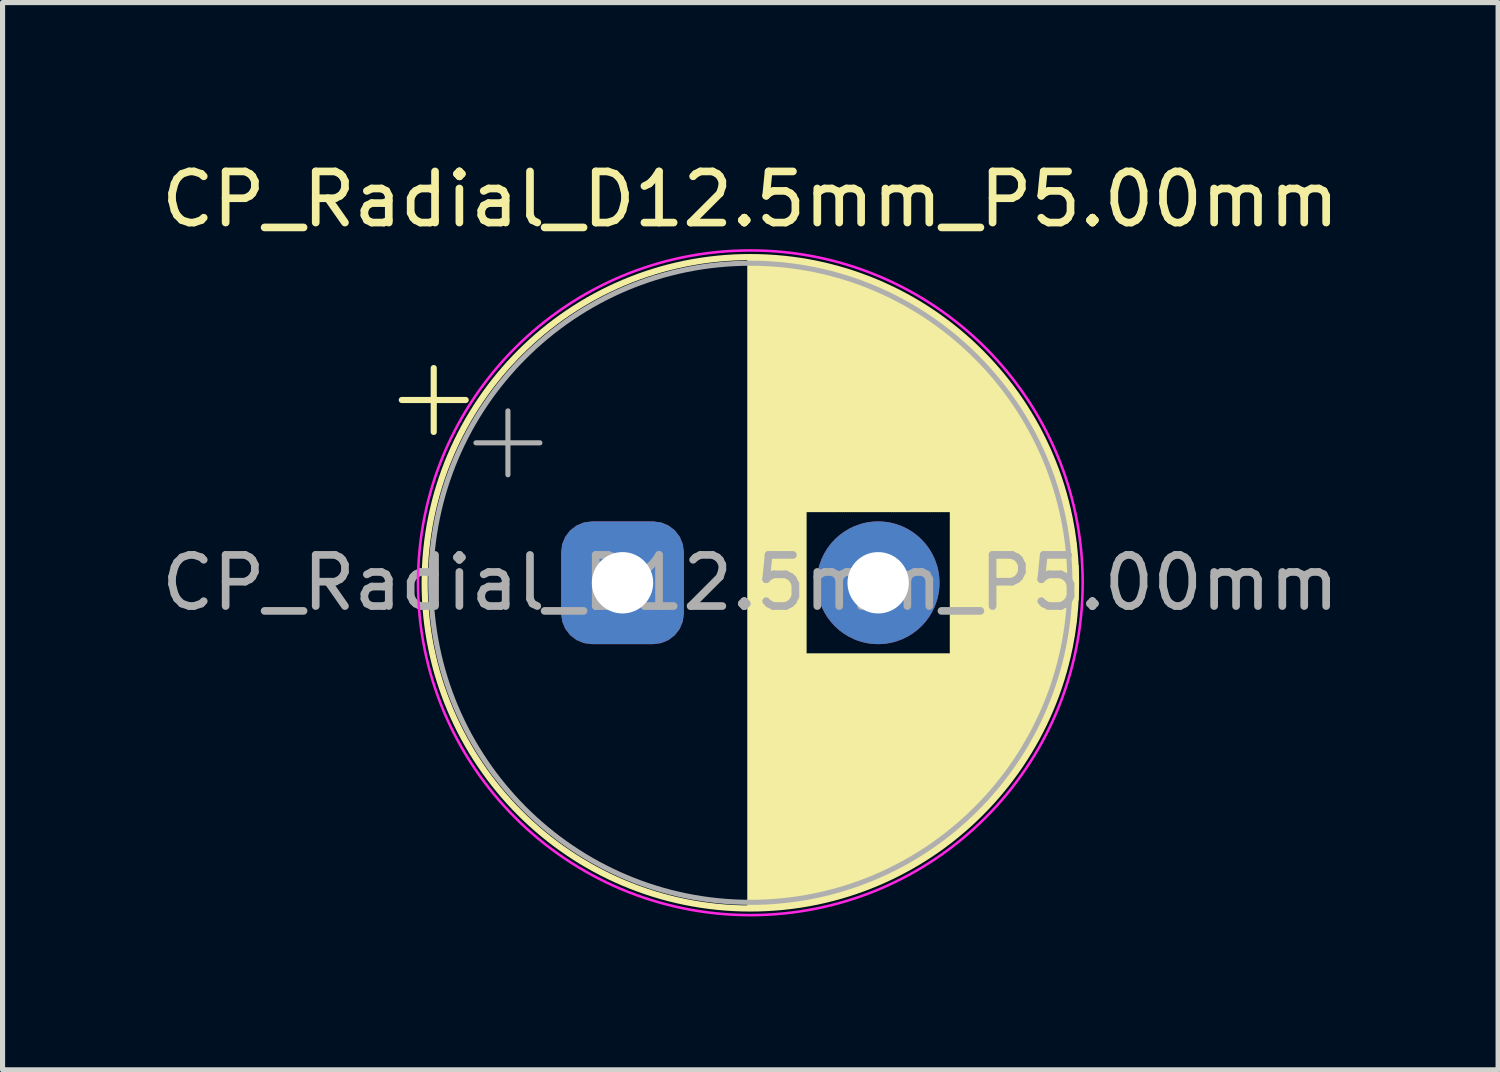
<source format=kicad_pcb>
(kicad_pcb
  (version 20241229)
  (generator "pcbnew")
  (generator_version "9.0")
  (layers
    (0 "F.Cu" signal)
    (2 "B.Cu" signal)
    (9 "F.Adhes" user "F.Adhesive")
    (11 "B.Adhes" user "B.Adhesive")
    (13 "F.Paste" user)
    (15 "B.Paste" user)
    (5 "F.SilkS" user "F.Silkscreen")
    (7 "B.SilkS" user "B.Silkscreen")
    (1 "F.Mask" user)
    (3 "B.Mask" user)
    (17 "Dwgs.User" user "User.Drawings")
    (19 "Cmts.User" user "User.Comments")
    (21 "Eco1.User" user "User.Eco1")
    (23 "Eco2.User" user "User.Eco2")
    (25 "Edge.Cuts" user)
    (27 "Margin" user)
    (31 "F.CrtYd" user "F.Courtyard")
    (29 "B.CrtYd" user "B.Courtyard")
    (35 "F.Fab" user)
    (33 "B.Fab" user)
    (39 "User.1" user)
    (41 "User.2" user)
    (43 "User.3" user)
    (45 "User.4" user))
  (footprint "CP_Radial_D12.5mm_P5.00mm"
    (layer "F.Cu")
    (at 9.125 8.348)
    (property "Reference" "CP_Radial_D12.5mm_P5.00mm" (at 2.5 -7.5 0) (layer "F.SilkS") (effects (font (size 1 1) (thickness 0.15))))
    (attr through_hole)
    (fp_line (start -4.317 -3.575) (end -3.067 -3.575) (stroke (width 0.12) (type solid)) (layer "F.SilkS"))
    (fp_line (start -3.692 -4.2) (end -3.692 -2.95) (stroke (width 0.12) (type solid)) (layer "F.SilkS"))
    (fp_line (start 2.5 -6.33) (end 2.5 6.33) (stroke (width 0.12) (type solid)) (layer "F.SilkS"))
    (fp_line (start 2.54 -6.33) (end 2.54 6.33) (stroke (width 0.12) (type solid)) (layer "F.SilkS"))
    (fp_line (start 2.58 -6.33) (end 2.58 6.33) (stroke (width 0.12) (type solid)) (layer "F.SilkS"))
    (fp_line (start 2.62 -6.329) (end 2.62 6.329) (stroke (width 0.12) (type solid)) (layer "F.SilkS"))
    (fp_line (start 2.66 -6.328) (end 2.66 6.328) (stroke (width 0.12) (type solid)) (layer "F.SilkS"))
    (fp_line (start 2.7 -6.327) (end 2.7 6.327) (stroke (width 0.12) (type solid)) (layer "F.SilkS"))
    (fp_line (start 2.74 -6.326) (end 2.74 6.326) (stroke (width 0.12) (type solid)) (layer "F.SilkS"))
    (fp_line (start 2.78 -6.324) (end 2.78 6.324) (stroke (width 0.12) (type solid)) (layer "F.SilkS"))
    (fp_line (start 2.82 -6.322) (end 2.82 6.322) (stroke (width 0.12) (type solid)) (layer "F.SilkS"))
    (fp_line (start 2.86 -6.32) (end 2.86 6.32) (stroke (width 0.12) (type solid)) (layer "F.SilkS"))
    (fp_line (start 2.9 -6.318) (end 2.9 6.318) (stroke (width 0.12) (type solid)) (layer "F.SilkS"))
    (fp_line (start 2.94 -6.315) (end 2.94 6.315) (stroke (width 0.12) (type solid)) (layer "F.SilkS"))
    (fp_line (start 2.98 -6.312) (end 2.98 6.312) (stroke (width 0.12) (type solid)) (layer "F.SilkS"))
    (fp_line (start 3.02 -6.309) (end 3.02 6.309) (stroke (width 0.12) (type solid)) (layer "F.SilkS"))
    (fp_line (start 3.06 -6.306) (end 3.06 6.306) (stroke (width 0.12) (type solid)) (layer "F.SilkS"))
    (fp_line (start 3.1 -6.302) (end 3.1 6.302) (stroke (width 0.12) (type solid)) (layer "F.SilkS"))
    (fp_line (start 3.14 -6.298) (end 3.14 6.298) (stroke (width 0.12) (type solid)) (layer "F.SilkS"))
    (fp_line (start 3.18 -6.294) (end 3.18 6.294) (stroke (width 0.12) (type solid)) (layer "F.SilkS"))
    (fp_line (start 3.221 -6.29) (end 3.221 6.29) (stroke (width 0.12) (type solid)) (layer "F.SilkS"))
    (fp_line (start 3.261 -6.285) (end 3.261 6.285) (stroke (width 0.12) (type solid)) (layer "F.SilkS"))
    (fp_line (start 3.301 -6.28) (end 3.301 6.28) (stroke (width 0.12) (type solid)) (layer "F.SilkS"))
    (fp_line (start 3.341 -6.275) (end 3.341 6.275) (stroke (width 0.12) (type solid)) (layer "F.SilkS"))
    (fp_line (start 3.381 -6.269) (end 3.381 6.269) (stroke (width 0.12) (type solid)) (layer "F.SilkS"))
    (fp_line (start 3.421 -6.264) (end 3.421 6.264) (stroke (width 0.12) (type solid)) (layer "F.SilkS"))
    (fp_line (start 3.461 -6.258) (end 3.461 6.258) (stroke (width 0.12) (type solid)) (layer "F.SilkS"))
    (fp_line (start 3.501 -6.252) (end 3.501 6.252) (stroke (width 0.12) (type solid)) (layer "F.SilkS"))
    (fp_line (start 3.541 -6.245) (end 3.541 6.245) (stroke (width 0.12) (type solid)) (layer "F.SilkS"))
    (fp_line (start 3.581 -6.238) (end 3.581 -1.44) (stroke (width 0.12) (type solid)) (layer "F.SilkS"))
    (fp_line (start 3.581 1.44) (end 3.581 6.238) (stroke (width 0.12) (type solid)) (layer "F.SilkS"))
    (fp_line (start 3.621 -6.231) (end 3.621 -1.44) (stroke (width 0.12) (type solid)) (layer "F.SilkS"))
    (fp_line (start 3.621 1.44) (end 3.621 6.231) (stroke (width 0.12) (type solid)) (layer "F.SilkS"))
    (fp_line (start 3.661 -6.224) (end 3.661 -1.44) (stroke (width 0.12) (type solid)) (layer "F.SilkS"))
    (fp_line (start 3.661 1.44) (end 3.661 6.224) (stroke (width 0.12) (type solid)) (layer "F.SilkS"))
    (fp_line (start 3.701 -6.216) (end 3.701 -1.44) (stroke (width 0.12) (type solid)) (layer "F.SilkS"))
    (fp_line (start 3.701 1.44) (end 3.701 6.216) (stroke (width 0.12) (type solid)) (layer "F.SilkS"))
    (fp_line (start 3.741 -6.209) (end 3.741 -1.44) (stroke (width 0.12) (type solid)) (layer "F.SilkS"))
    (fp_line (start 3.741 1.44) (end 3.741 6.209) (stroke (width 0.12) (type solid)) (layer "F.SilkS"))
    (fp_line (start 3.781 -6.201) (end 3.781 -1.44) (stroke (width 0.12) (type solid)) (layer "F.SilkS"))
    (fp_line (start 3.781 1.44) (end 3.781 6.201) (stroke (width 0.12) (type solid)) (layer "F.SilkS"))
    (fp_line (start 3.821 -6.192) (end 3.821 -1.44) (stroke (width 0.12) (type solid)) (layer "F.SilkS"))
    (fp_line (start 3.821 1.44) (end 3.821 6.192) (stroke (width 0.12) (type solid)) (layer "F.SilkS"))
    (fp_line (start 3.861 -6.184) (end 3.861 -1.44) (stroke (width 0.12) (type solid)) (layer "F.SilkS"))
    (fp_line (start 3.861 1.44) (end 3.861 6.184) (stroke (width 0.12) (type solid)) (layer "F.SilkS"))
    (fp_line (start 3.901 -6.175) (end 3.901 -1.44) (stroke (width 0.12) (type solid)) (layer "F.SilkS"))
    (fp_line (start 3.901 1.44) (end 3.901 6.175) (stroke (width 0.12) (type solid)) (layer "F.SilkS"))
    (fp_line (start 3.941 -6.166) (end 3.941 -1.44) (stroke (width 0.12) (type solid)) (layer "F.SilkS"))
    (fp_line (start 3.941 1.44) (end 3.941 6.166) (stroke (width 0.12) (type solid)) (layer "F.SilkS"))
    (fp_line (start 3.981 -6.156) (end 3.981 -1.44) (stroke (width 0.12) (type solid)) (layer "F.SilkS"))
    (fp_line (start 3.981 1.44) (end 3.981 6.156) (stroke (width 0.12) (type solid)) (layer "F.SilkS"))
    (fp_line (start 4.021 -6.146) (end 4.021 -1.44) (stroke (width 0.12) (type solid)) (layer "F.SilkS"))
    (fp_line (start 4.021 1.44) (end 4.021 6.146) (stroke (width 0.12) (type solid)) (layer "F.SilkS"))
    (fp_line (start 4.061 -6.137) (end 4.061 -1.44) (stroke (width 0.12) (type solid)) (layer "F.SilkS"))
    (fp_line (start 4.061 1.44) (end 4.061 6.137) (stroke (width 0.12) (type solid)) (layer "F.SilkS"))
    (fp_line (start 4.101 -6.126) (end 4.101 -1.44) (stroke (width 0.12) (type solid)) (layer "F.SilkS"))
    (fp_line (start 4.101 1.44) (end 4.101 6.126) (stroke (width 0.12) (type solid)) (layer "F.SilkS"))
    (fp_line (start 4.141 -6.116) (end 4.141 -1.44) (stroke (width 0.12) (type solid)) (layer "F.SilkS"))
    (fp_line (start 4.141 1.44) (end 4.141 6.116) (stroke (width 0.12) (type solid)) (layer "F.SilkS"))
    (fp_line (start 4.181 -6.105) (end 4.181 -1.44) (stroke (width 0.12) (type solid)) (layer "F.SilkS"))
    (fp_line (start 4.181 1.44) (end 4.181 6.105) (stroke (width 0.12) (type solid)) (layer "F.SilkS"))
    (fp_line (start 4.221 -6.094) (end 4.221 -1.44) (stroke (width 0.12) (type solid)) (layer "F.SilkS"))
    (fp_line (start 4.221 1.44) (end 4.221 6.094) (stroke (width 0.12) (type solid)) (layer "F.SilkS"))
    (fp_line (start 4.261 -6.083) (end 4.261 -1.44) (stroke (width 0.12) (type solid)) (layer "F.SilkS"))
    (fp_line (start 4.261 1.44) (end 4.261 6.083) (stroke (width 0.12) (type solid)) (layer "F.SilkS"))
    (fp_line (start 4.301 -6.071) (end 4.301 -1.44) (stroke (width 0.12) (type solid)) (layer "F.SilkS"))
    (fp_line (start 4.301 1.44) (end 4.301 6.071) (stroke (width 0.12) (type solid)) (layer "F.SilkS"))
    (fp_line (start 4.341 -6.059) (end 4.341 -1.44) (stroke (width 0.12) (type solid)) (layer "F.SilkS"))
    (fp_line (start 4.341 1.44) (end 4.341 6.059) (stroke (width 0.12) (type solid)) (layer "F.SilkS"))
    (fp_line (start 4.381 -6.047) (end 4.381 -1.44) (stroke (width 0.12) (type solid)) (layer "F.SilkS"))
    (fp_line (start 4.381 1.44) (end 4.381 6.047) (stroke (width 0.12) (type solid)) (layer "F.SilkS"))
    (fp_line (start 4.421 -6.034) (end 4.421 -1.44) (stroke (width 0.12) (type solid)) (layer "F.SilkS"))
    (fp_line (start 4.421 1.44) (end 4.421 6.034) (stroke (width 0.12) (type solid)) (layer "F.SilkS"))
    (fp_line (start 4.461 -6.021) (end 4.461 -1.44) (stroke (width 0.12) (type solid)) (layer "F.SilkS"))
    (fp_line (start 4.461 1.44) (end 4.461 6.021) (stroke (width 0.12) (type solid)) (layer "F.SilkS"))
    (fp_line (start 4.501 -6.008) (end 4.501 -1.44) (stroke (width 0.12) (type solid)) (layer "F.SilkS"))
    (fp_line (start 4.501 1.44) (end 4.501 6.008) (stroke (width 0.12) (type solid)) (layer "F.SilkS"))
    (fp_line (start 4.541 -5.995) (end 4.541 -1.44) (stroke (width 0.12) (type solid)) (layer "F.SilkS"))
    (fp_line (start 4.541 1.44) (end 4.541 5.995) (stroke (width 0.12) (type solid)) (layer "F.SilkS"))
    (fp_line (start 4.581 -5.981) (end 4.581 -1.44) (stroke (width 0.12) (type solid)) (layer "F.SilkS"))
    (fp_line (start 4.581 1.44) (end 4.581 5.981) (stroke (width 0.12) (type solid)) (layer "F.SilkS"))
    (fp_line (start 4.621 -5.967) (end 4.621 -1.44) (stroke (width 0.12) (type solid)) (layer "F.SilkS"))
    (fp_line (start 4.621 1.44) (end 4.621 5.967) (stroke (width 0.12) (type solid)) (layer "F.SilkS"))
    (fp_line (start 4.661 -5.953) (end 4.661 -1.44) (stroke (width 0.12) (type solid)) (layer "F.SilkS"))
    (fp_line (start 4.661 1.44) (end 4.661 5.953) (stroke (width 0.12) (type solid)) (layer "F.SilkS"))
    (fp_line (start 4.701 -5.939) (end 4.701 -1.44) (stroke (width 0.12) (type solid)) (layer "F.SilkS"))
    (fp_line (start 4.701 1.44) (end 4.701 5.939) (stroke (width 0.12) (type solid)) (layer "F.SilkS"))
    (fp_line (start 4.741 -5.924) (end 4.741 -1.44) (stroke (width 0.12) (type solid)) (layer "F.SilkS"))
    (fp_line (start 4.741 1.44) (end 4.741 5.924) (stroke (width 0.12) (type solid)) (layer "F.SilkS"))
    (fp_line (start 4.781 -5.908) (end 4.781 -1.44) (stroke (width 0.12) (type solid)) (layer "F.SilkS"))
    (fp_line (start 4.781 1.44) (end 4.781 5.908) (stroke (width 0.12) (type solid)) (layer "F.SilkS"))
    (fp_line (start 4.821 -5.893) (end 4.821 -1.44) (stroke (width 0.12) (type solid)) (layer "F.SilkS"))
    (fp_line (start 4.821 1.44) (end 4.821 5.893) (stroke (width 0.12) (type solid)) (layer "F.SilkS"))
    (fp_line (start 4.861 -5.877) (end 4.861 -1.44) (stroke (width 0.12) (type solid)) (layer "F.SilkS"))
    (fp_line (start 4.861 1.44) (end 4.861 5.877) (stroke (width 0.12) (type solid)) (layer "F.SilkS"))
    (fp_line (start 4.901 -5.861) (end 4.901 -1.44) (stroke (width 0.12) (type solid)) (layer "F.SilkS"))
    (fp_line (start 4.901 1.44) (end 4.901 5.861) (stroke (width 0.12) (type solid)) (layer "F.SilkS"))
    (fp_line (start 4.941 -5.845) (end 4.941 -1.44) (stroke (width 0.12) (type solid)) (layer "F.SilkS"))
    (fp_line (start 4.941 1.44) (end 4.941 5.845) (stroke (width 0.12) (type solid)) (layer "F.SilkS"))
    (fp_line (start 4.981 -5.828) (end 4.981 -1.44) (stroke (width 0.12) (type solid)) (layer "F.SilkS"))
    (fp_line (start 4.981 1.44) (end 4.981 5.828) (stroke (width 0.12) (type solid)) (layer "F.SilkS"))
    (fp_line (start 5.021 -5.811) (end 5.021 -1.44) (stroke (width 0.12) (type solid)) (layer "F.SilkS"))
    (fp_line (start 5.021 1.44) (end 5.021 5.811) (stroke (width 0.12) (type solid)) (layer "F.SilkS"))
    (fp_line (start 5.061 -5.793) (end 5.061 -1.44) (stroke (width 0.12) (type solid)) (layer "F.SilkS"))
    (fp_line (start 5.061 1.44) (end 5.061 5.793) (stroke (width 0.12) (type solid)) (layer "F.SilkS"))
    (fp_line (start 5.101 -5.776) (end 5.101 -1.44) (stroke (width 0.12) (type solid)) (layer "F.SilkS"))
    (fp_line (start 5.101 1.44) (end 5.101 5.776) (stroke (width 0.12) (type solid)) (layer "F.SilkS"))
    (fp_line (start 5.141 -5.758) (end 5.141 -1.44) (stroke (width 0.12) (type solid)) (layer "F.SilkS"))
    (fp_line (start 5.141 1.44) (end 5.141 5.758) (stroke (width 0.12) (type solid)) (layer "F.SilkS"))
    (fp_line (start 5.181 -5.739) (end 5.181 -1.44) (stroke (width 0.12) (type solid)) (layer "F.SilkS"))
    (fp_line (start 5.181 1.44) (end 5.181 5.739) (stroke (width 0.12) (type solid)) (layer "F.SilkS"))
    (fp_line (start 5.221 -5.721) (end 5.221 -1.44) (stroke (width 0.12) (type solid)) (layer "F.SilkS"))
    (fp_line (start 5.221 1.44) (end 5.221 5.721) (stroke (width 0.12) (type solid)) (layer "F.SilkS"))
    (fp_line (start 5.261 -5.702) (end 5.261 -1.44) (stroke (width 0.12) (type solid)) (layer "F.SilkS"))
    (fp_line (start 5.261 1.44) (end 5.261 5.702) (stroke (width 0.12) (type solid)) (layer "F.SilkS"))
    (fp_line (start 5.301 -5.682) (end 5.301 -1.44) (stroke (width 0.12) (type solid)) (layer "F.SilkS"))
    (fp_line (start 5.301 1.44) (end 5.301 5.682) (stroke (width 0.12) (type solid)) (layer "F.SilkS"))
    (fp_line (start 5.341 -5.662) (end 5.341 -1.44) (stroke (width 0.12) (type solid)) (layer "F.SilkS"))
    (fp_line (start 5.341 1.44) (end 5.341 5.662) (stroke (width 0.12) (type solid)) (layer "F.SilkS"))
    (fp_line (start 5.381 -5.642) (end 5.381 -1.44) (stroke (width 0.12) (type solid)) (layer "F.SilkS"))
    (fp_line (start 5.381 1.44) (end 5.381 5.642) (stroke (width 0.12) (type solid)) (layer "F.SilkS"))
    (fp_line (start 5.421 -5.622) (end 5.421 -1.44) (stroke (width 0.12) (type solid)) (layer "F.SilkS"))
    (fp_line (start 5.421 1.44) (end 5.421 5.622) (stroke (width 0.12) (type solid)) (layer "F.SilkS"))
    (fp_line (start 5.461 -5.601) (end 5.461 -1.44) (stroke (width 0.12) (type solid)) (layer "F.SilkS"))
    (fp_line (start 5.461 1.44) (end 5.461 5.601) (stroke (width 0.12) (type solid)) (layer "F.SilkS"))
    (fp_line (start 5.501 -5.58) (end 5.501 -1.44) (stroke (width 0.12) (type solid)) (layer "F.SilkS"))
    (fp_line (start 5.501 1.44) (end 5.501 5.58) (stroke (width 0.12) (type solid)) (layer "F.SilkS"))
    (fp_line (start 5.541 -5.558) (end 5.541 -1.44) (stroke (width 0.12) (type solid)) (layer "F.SilkS"))
    (fp_line (start 5.541 1.44) (end 5.541 5.558) (stroke (width 0.12) (type solid)) (layer "F.SilkS"))
    (fp_line (start 5.581 -5.536) (end 5.581 -1.44) (stroke (width 0.12) (type solid)) (layer "F.SilkS"))
    (fp_line (start 5.581 1.44) (end 5.581 5.536) (stroke (width 0.12) (type solid)) (layer "F.SilkS"))
    (fp_line (start 5.621 -5.514) (end 5.621 -1.44) (stroke (width 0.12) (type solid)) (layer "F.SilkS"))
    (fp_line (start 5.621 1.44) (end 5.621 5.514) (stroke (width 0.12) (type solid)) (layer "F.SilkS"))
    (fp_line (start 5.661 -5.491) (end 5.661 -1.44) (stroke (width 0.12) (type solid)) (layer "F.SilkS"))
    (fp_line (start 5.661 1.44) (end 5.661 5.491) (stroke (width 0.12) (type solid)) (layer "F.SilkS"))
    (fp_line (start 5.701 -5.468) (end 5.701 -1.44) (stroke (width 0.12) (type solid)) (layer "F.SilkS"))
    (fp_line (start 5.701 1.44) (end 5.701 5.468) (stroke (width 0.12) (type solid)) (layer "F.SilkS"))
    (fp_line (start 5.741 -5.445) (end 5.741 -1.44) (stroke (width 0.12) (type solid)) (layer "F.SilkS"))
    (fp_line (start 5.741 1.44) (end 5.741 5.445) (stroke (width 0.12) (type solid)) (layer "F.SilkS"))
    (fp_line (start 5.781 -5.421) (end 5.781 -1.44) (stroke (width 0.12) (type solid)) (layer "F.SilkS"))
    (fp_line (start 5.781 1.44) (end 5.781 5.421) (stroke (width 0.12) (type solid)) (layer "F.SilkS"))
    (fp_line (start 5.821 -5.397) (end 5.821 -1.44) (stroke (width 0.12) (type solid)) (layer "F.SilkS"))
    (fp_line (start 5.821 1.44) (end 5.821 5.397) (stroke (width 0.12) (type solid)) (layer "F.SilkS"))
    (fp_line (start 5.861 -5.372) (end 5.861 -1.44) (stroke (width 0.12) (type solid)) (layer "F.SilkS"))
    (fp_line (start 5.861 1.44) (end 5.861 5.372) (stroke (width 0.12) (type solid)) (layer "F.SilkS"))
    (fp_line (start 5.901 -5.347) (end 5.901 -1.44) (stroke (width 0.12) (type solid)) (layer "F.SilkS"))
    (fp_line (start 5.901 1.44) (end 5.901 5.347) (stroke (width 0.12) (type solid)) (layer "F.SilkS"))
    (fp_line (start 5.941 -5.322) (end 5.941 -1.44) (stroke (width 0.12) (type solid)) (layer "F.SilkS"))
    (fp_line (start 5.941 1.44) (end 5.941 5.322) (stroke (width 0.12) (type solid)) (layer "F.SilkS"))
    (fp_line (start 5.981 -5.296) (end 5.981 -1.44) (stroke (width 0.12) (type solid)) (layer "F.SilkS"))
    (fp_line (start 5.981 1.44) (end 5.981 5.296) (stroke (width 0.12) (type solid)) (layer "F.SilkS"))
    (fp_line (start 6.021 -5.27) (end 6.021 -1.44) (stroke (width 0.12) (type solid)) (layer "F.SilkS"))
    (fp_line (start 6.021 1.44) (end 6.021 5.27) (stroke (width 0.12) (type solid)) (layer "F.SilkS"))
    (fp_line (start 6.061 -5.243) (end 6.061 -1.44) (stroke (width 0.12) (type solid)) (layer "F.SilkS"))
    (fp_line (start 6.061 1.44) (end 6.061 5.243) (stroke (width 0.12) (type solid)) (layer "F.SilkS"))
    (fp_line (start 6.101 -5.216) (end 6.101 -1.44) (stroke (width 0.12) (type solid)) (layer "F.SilkS"))
    (fp_line (start 6.101 1.44) (end 6.101 5.216) (stroke (width 0.12) (type solid)) (layer "F.SilkS"))
    (fp_line (start 6.141 -5.188) (end 6.141 -1.44) (stroke (width 0.12) (type solid)) (layer "F.SilkS"))
    (fp_line (start 6.141 1.44) (end 6.141 5.188) (stroke (width 0.12) (type solid)) (layer "F.SilkS"))
    (fp_line (start 6.181 -5.16) (end 6.181 -1.44) (stroke (width 0.12) (type solid)) (layer "F.SilkS"))
    (fp_line (start 6.181 1.44) (end 6.181 5.16) (stroke (width 0.12) (type solid)) (layer "F.SilkS"))
    (fp_line (start 6.221 -5.131) (end 6.221 -1.44) (stroke (width 0.12) (type solid)) (layer "F.SilkS"))
    (fp_line (start 6.221 1.44) (end 6.221 5.131) (stroke (width 0.12) (type solid)) (layer "F.SilkS"))
    (fp_line (start 6.261 -5.102) (end 6.261 -1.44) (stroke (width 0.12) (type solid)) (layer "F.SilkS"))
    (fp_line (start 6.261 1.44) (end 6.261 5.102) (stroke (width 0.12) (type solid)) (layer "F.SilkS"))
    (fp_line (start 6.301 -5.073) (end 6.301 -1.44) (stroke (width 0.12) (type solid)) (layer "F.SilkS"))
    (fp_line (start 6.301 1.44) (end 6.301 5.073) (stroke (width 0.12) (type solid)) (layer "F.SilkS"))
    (fp_line (start 6.341 -5.043) (end 6.341 -1.44) (stroke (width 0.12) (type solid)) (layer "F.SilkS"))
    (fp_line (start 6.341 1.44) (end 6.341 5.043) (stroke (width 0.12) (type solid)) (layer "F.SilkS"))
    (fp_line (start 6.381 -5.012) (end 6.381 -1.44) (stroke (width 0.12) (type solid)) (layer "F.SilkS"))
    (fp_line (start 6.381 1.44) (end 6.381 5.012) (stroke (width 0.12) (type solid)) (layer "F.SilkS"))
    (fp_line (start 6.421 -4.982) (end 6.421 -1.44) (stroke (width 0.12) (type solid)) (layer "F.SilkS"))
    (fp_line (start 6.421 1.44) (end 6.421 4.982) (stroke (width 0.12) (type solid)) (layer "F.SilkS"))
    (fp_line (start 6.461 -4.95) (end 6.461 4.95) (stroke (width 0.12) (type solid)) (layer "F.SilkS"))
    (fp_line (start 6.501 -4.918) (end 6.501 4.918) (stroke (width 0.12) (type solid)) (layer "F.SilkS"))
    (fp_line (start 6.541 -4.885) (end 6.541 4.885) (stroke (width 0.12) (type solid)) (layer "F.SilkS"))
    (fp_line (start 6.581 -4.852) (end 6.581 4.852) (stroke (width 0.12) (type solid)) (layer "F.SilkS"))
    (fp_line (start 6.621 -4.819) (end 6.621 4.819) (stroke (width 0.12) (type solid)) (layer "F.SilkS"))
    (fp_line (start 6.661 -4.785) (end 6.661 4.785) (stroke (width 0.12) (type solid)) (layer "F.SilkS"))
    (fp_line (start 6.701 -4.75) (end 6.701 4.75) (stroke (width 0.12) (type solid)) (layer "F.SilkS"))
    (fp_line (start 6.741 -4.714) (end 6.741 4.714) (stroke (width 0.12) (type solid)) (layer "F.SilkS"))
    (fp_line (start 6.781 -4.678) (end 6.781 4.678) (stroke (width 0.12) (type solid)) (layer "F.SilkS"))
    (fp_line (start 6.821 -4.642) (end 6.821 4.642) (stroke (width 0.12) (type solid)) (layer "F.SilkS"))
    (fp_line (start 6.861 -4.605) (end 6.861 4.605) (stroke (width 0.12) (type solid)) (layer "F.SilkS"))
    (fp_line (start 6.901 -4.567) (end 6.901 4.567) (stroke (width 0.12) (type solid)) (layer "F.SilkS"))
    (fp_line (start 6.941 -4.528) (end 6.941 4.528) (stroke (width 0.12) (type solid)) (layer "F.SilkS"))
    (fp_line (start 6.981 -4.489) (end 6.981 4.489) (stroke (width 0.12) (type solid)) (layer "F.SilkS"))
    (fp_line (start 7.021 -4.449) (end 7.021 4.449) (stroke (width 0.12) (type solid)) (layer "F.SilkS"))
    (fp_line (start 7.061 -4.408) (end 7.061 4.408) (stroke (width 0.12) (type solid)) (layer "F.SilkS"))
    (fp_line (start 7.101 -4.367) (end 7.101 4.367) (stroke (width 0.12) (type solid)) (layer "F.SilkS"))
    (fp_line (start 7.141 -4.325) (end 7.141 4.325) (stroke (width 0.12) (type solid)) (layer "F.SilkS"))
    (fp_line (start 7.181 -4.282) (end 7.181 4.282) (stroke (width 0.12) (type solid)) (layer "F.SilkS"))
    (fp_line (start 7.221 -4.238) (end 7.221 4.238) (stroke (width 0.12) (type solid)) (layer "F.SilkS"))
    (fp_line (start 7.261 -4.194) (end 7.261 4.194) (stroke (width 0.12) (type solid)) (layer "F.SilkS"))
    (fp_line (start 7.301 -4.148) (end 7.301 4.148) (stroke (width 0.12) (type solid)) (layer "F.SilkS"))
    (fp_line (start 7.341 -4.102) (end 7.341 4.102) (stroke (width 0.12) (type solid)) (layer "F.SilkS"))
    (fp_line (start 7.381 -4.055) (end 7.381 4.055) (stroke (width 0.12) (type solid)) (layer "F.SilkS"))
    (fp_line (start 7.421 -4.007) (end 7.421 4.007) (stroke (width 0.12) (type solid)) (layer "F.SilkS"))
    (fp_line (start 7.461 -3.957) (end 7.461 3.957) (stroke (width 0.12) (type solid)) (layer "F.SilkS"))
    (fp_line (start 7.501 -3.907) (end 7.501 3.907) (stroke (width 0.12) (type solid)) (layer "F.SilkS"))
    (fp_line (start 7.541 -3.856) (end 7.541 3.856) (stroke (width 0.12) (type solid)) (layer "F.SilkS"))
    (fp_line (start 7.581 -3.804) (end 7.581 3.804) (stroke (width 0.12) (type solid)) (layer "F.SilkS"))
    (fp_line (start 7.621 -3.75) (end 7.621 3.75) (stroke (width 0.12) (type solid)) (layer "F.SilkS"))
    (fp_line (start 7.661 -3.696) (end 7.661 3.696) (stroke (width 0.12) (type solid)) (layer "F.SilkS"))
    (fp_line (start 7.701 -3.64) (end 7.701 3.64) (stroke (width 0.12) (type solid)) (layer "F.SilkS"))
    (fp_line (start 7.741 -3.583) (end 7.741 3.583) (stroke (width 0.12) (type solid)) (layer "F.SilkS"))
    (fp_line (start 7.781 -3.524) (end 7.781 3.524) (stroke (width 0.12) (type solid)) (layer "F.SilkS"))
    (fp_line (start 7.821 -3.464) (end 7.821 3.464) (stroke (width 0.12) (type solid)) (layer "F.SilkS"))
    (fp_line (start 7.861 -3.402) (end 7.861 3.402) (stroke (width 0.12) (type solid)) (layer "F.SilkS"))
    (fp_line (start 7.901 -3.339) (end 7.901 3.339) (stroke (width 0.12) (type solid)) (layer "F.SilkS"))
    (fp_line (start 7.941 -3.275) (end 7.941 3.275) (stroke (width 0.12) (type solid)) (layer "F.SilkS"))
    (fp_line (start 7.981 -3.208) (end 7.981 3.208) (stroke (width 0.12) (type solid)) (layer "F.SilkS"))
    (fp_line (start 8.021 -3.14) (end 8.021 3.14) (stroke (width 0.12) (type solid)) (layer "F.SilkS"))
    (fp_line (start 8.061 -3.069) (end 8.061 3.069) (stroke (width 0.12) (type solid)) (layer "F.SilkS"))
    (fp_line (start 8.101 -2.996) (end 8.101 2.996) (stroke (width 0.12) (type solid)) (layer "F.SilkS"))
    (fp_line (start 8.141 -2.921) (end 8.141 2.921) (stroke (width 0.12) (type solid)) (layer "F.SilkS"))
    (fp_line (start 8.181 -2.844) (end 8.181 2.844) (stroke (width 0.12) (type solid)) (layer "F.SilkS"))
    (fp_line (start 8.221 -2.764) (end 8.221 2.764) (stroke (width 0.12) (type solid)) (layer "F.SilkS"))
    (fp_line (start 8.261 -2.681) (end 8.261 2.681) (stroke (width 0.12) (type solid)) (layer "F.SilkS"))
    (fp_line (start 8.301 -2.594) (end 8.301 2.594) (stroke (width 0.12) (type solid)) (layer "F.SilkS"))
    (fp_line (start 8.341 -2.504) (end 8.341 2.504) (stroke (width 0.12) (type solid)) (layer "F.SilkS"))
    (fp_line (start 8.381 -2.41) (end 8.381 2.41) (stroke (width 0.12) (type solid)) (layer "F.SilkS"))
    (fp_line (start 8.421 -2.312) (end 8.421 2.312) (stroke (width 0.12) (type solid)) (layer "F.SilkS"))
    (fp_line (start 8.461 -2.209) (end 8.461 2.209) (stroke (width 0.12) (type solid)) (layer "F.SilkS"))
    (fp_line (start 8.501 -2.1) (end 8.501 2.1) (stroke (width 0.12) (type solid)) (layer "F.SilkS"))
    (fp_line (start 8.541 -1.984) (end 8.541 1.984) (stroke (width 0.12) (type solid)) (layer "F.SilkS"))
    (fp_line (start 8.581 -1.861) (end 8.581 1.861) (stroke (width 0.12) (type solid)) (layer "F.SilkS"))
    (fp_line (start 8.621 -1.728) (end 8.621 1.728) (stroke (width 0.12) (type solid)) (layer "F.SilkS"))
    (fp_line (start 8.661 -1.583) (end 8.661 1.583) (stroke (width 0.12) (type solid)) (layer "F.SilkS"))
    (fp_line (start 8.701 -1.422) (end 8.701 1.422) (stroke (width 0.12) (type solid)) (layer "F.SilkS"))
    (fp_line (start 8.741 -1.241) (end 8.741 1.241) (stroke (width 0.12) (type solid)) (layer "F.SilkS"))
    (fp_line (start 8.781 -1.028) (end 8.781 1.028) (stroke (width 0.12) (type solid)) (layer "F.SilkS"))
    (fp_line (start 8.821 -0.757) (end 8.821 0.757) (stroke (width 0.12) (type solid)) (layer "F.SilkS"))
    (fp_line (start 8.861 -0.317) (end 8.861 0.317) (stroke (width 0.12) (type solid)) (layer "F.SilkS"))
    (fp_circle (center 2.5 0) (end 8.87 0) (stroke (width 0.12) (type solid)) (fill no) (layer "F.SilkS"))
    (fp_circle (center 2.5 0) (end 9 0) (stroke (width 0.05) (type solid)) (fill no) (layer "F.CrtYd"))
    (fp_line (start -2.866 -2.737) (end -1.616 -2.737) (stroke (width 0.1) (type solid)) (layer "F.Fab"))
    (fp_line (start -2.241 -3.362) (end -2.241 -2.112) (stroke (width 0.1) (type solid)) (layer "F.Fab"))
    (fp_circle (center 2.5 0) (end 8.75 0) (stroke (width 0.1) (type solid)) (fill no) (layer "F.Fab"))
    (fp_text user "${REFERENCE}" (at 2.5 0 0) (layer "F.Fab") (effects (font (size 1 1) (thickness 0.15))))
    (pad "1" thru_hole roundrect (at 0 0) (size 2.4 2.4) (drill 1.2) (layers "*.Cu" "*.Mask") (roundrect_rratio 0.25))
    (pad "2" thru_hole circle (at 5 0) (size 2.4 2.4) (drill 1.2) (layers "*.Cu" "*.Mask")))
  (gr_rect
    (start -3 -3)
    (end 26.25 17.873)
    (stroke (width 0.1) (type default))
    (fill no)
    (layer "Edge.Cuts")))
</source>
